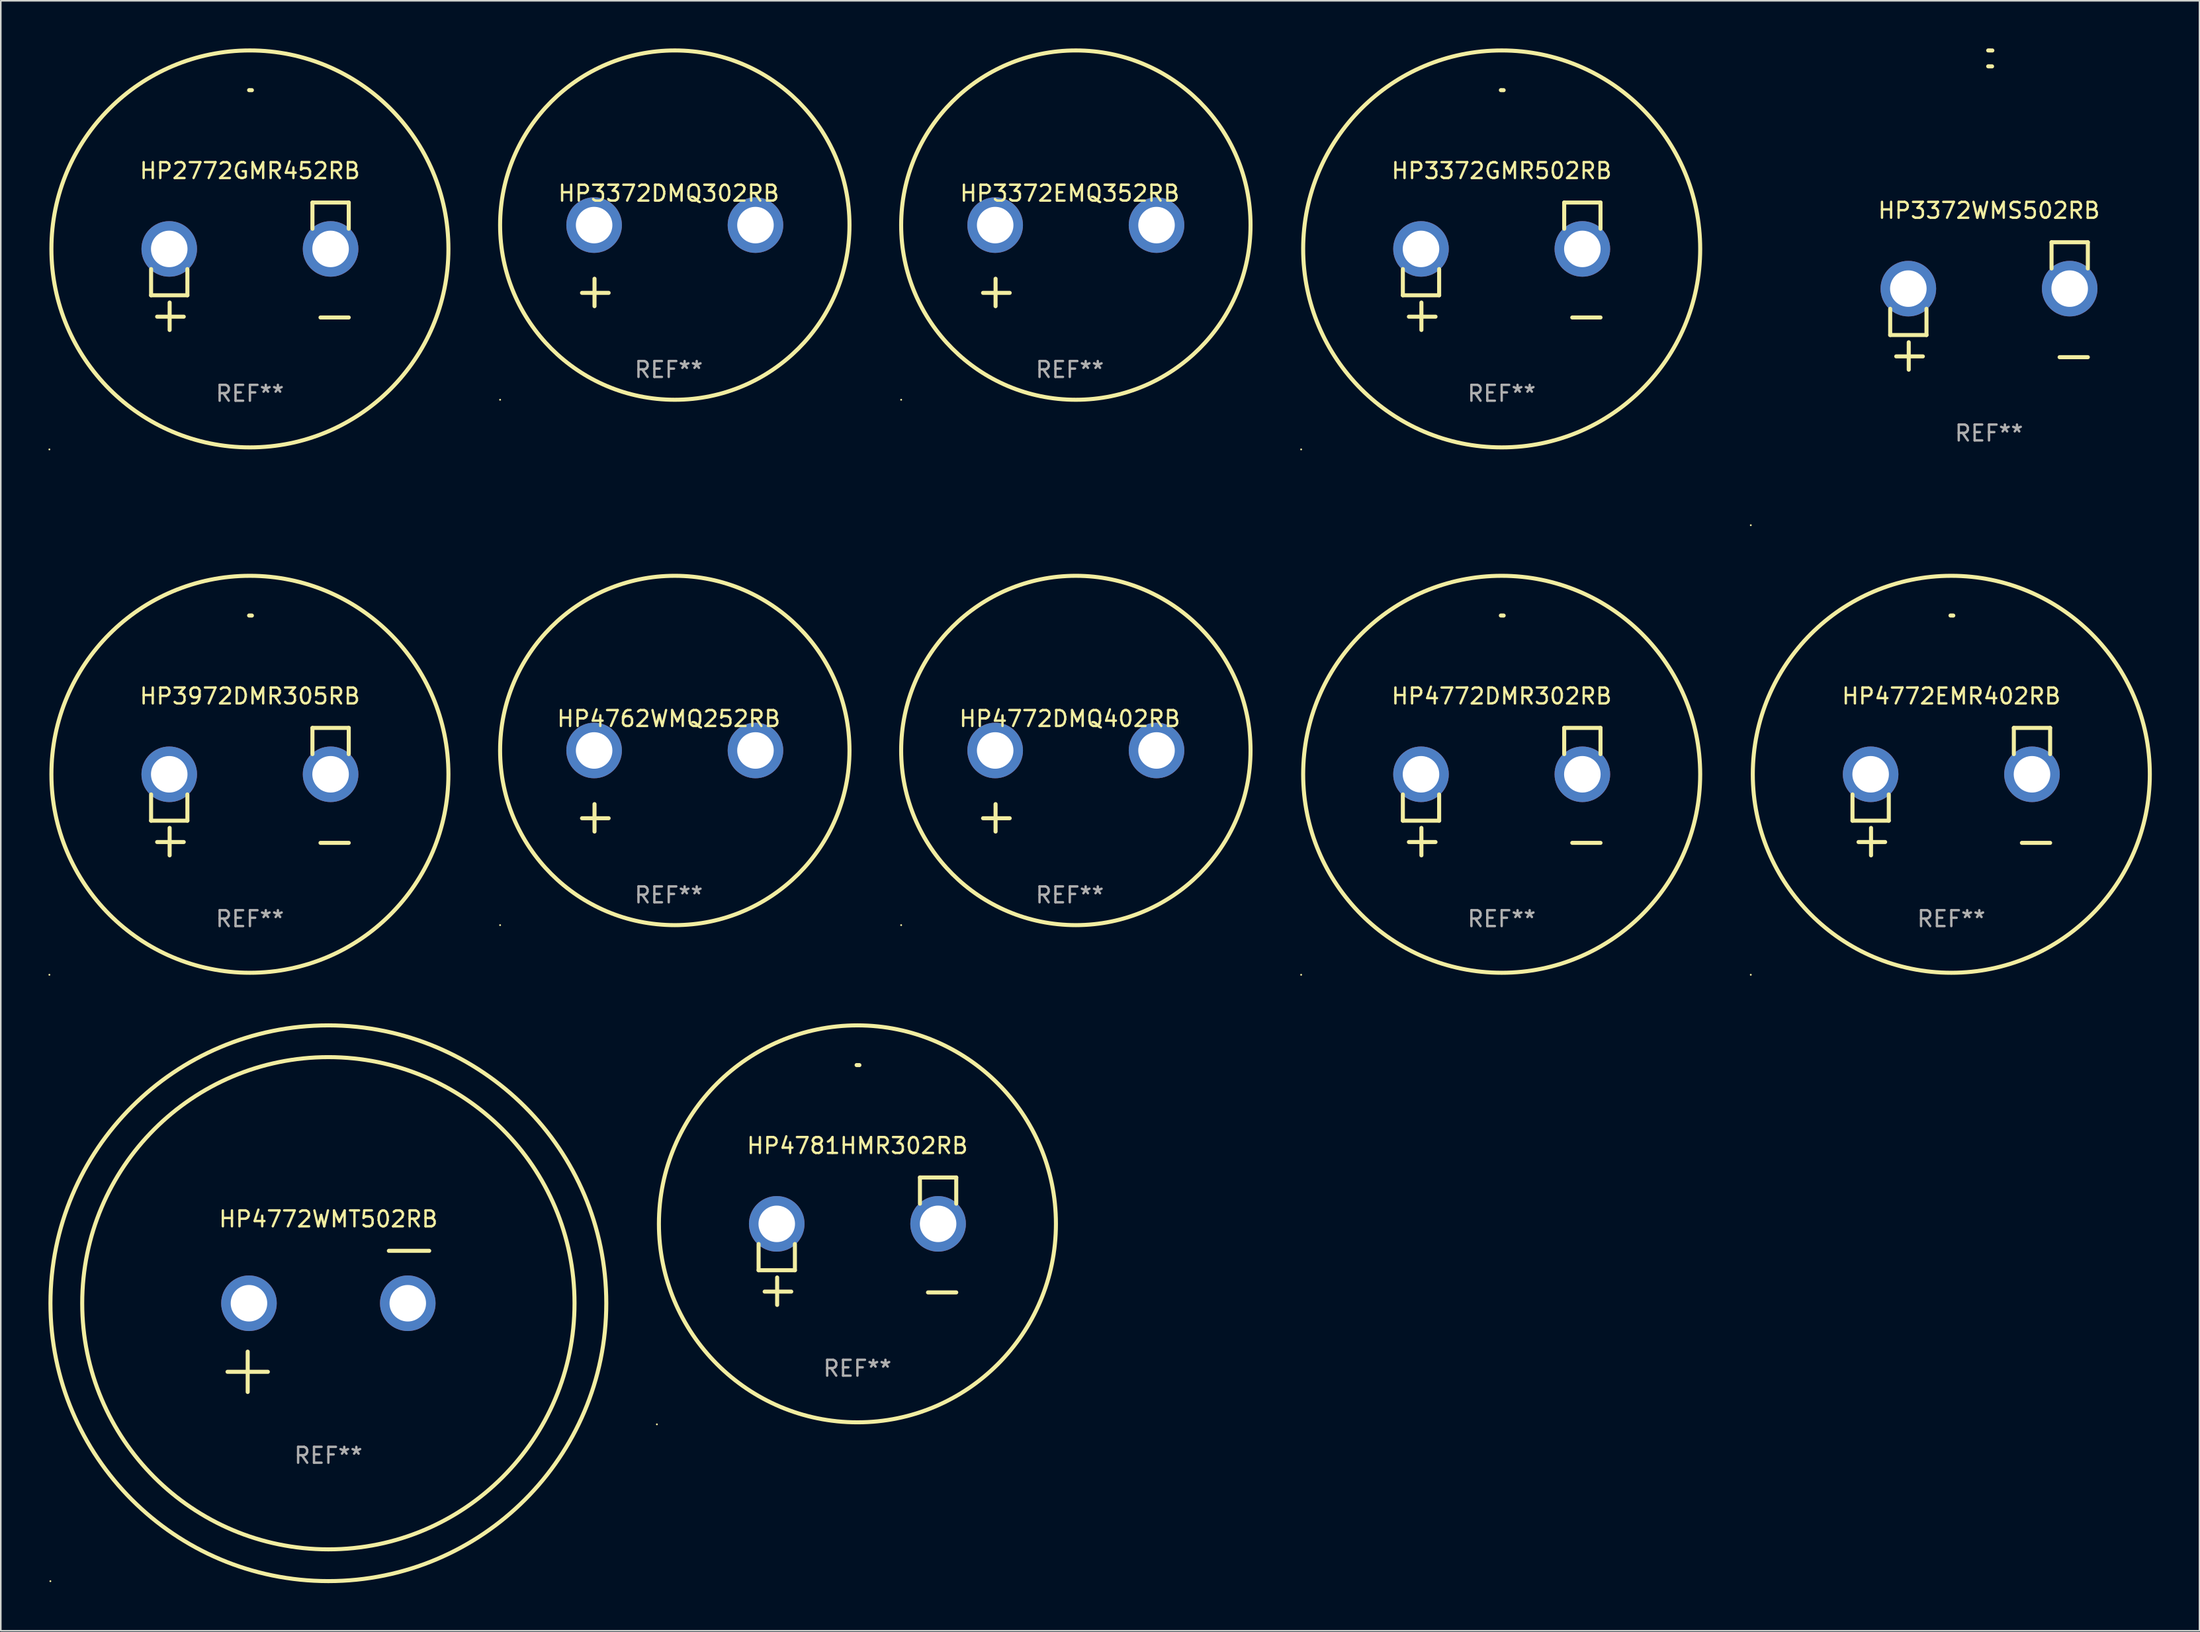
<source format=kicad_pcb>
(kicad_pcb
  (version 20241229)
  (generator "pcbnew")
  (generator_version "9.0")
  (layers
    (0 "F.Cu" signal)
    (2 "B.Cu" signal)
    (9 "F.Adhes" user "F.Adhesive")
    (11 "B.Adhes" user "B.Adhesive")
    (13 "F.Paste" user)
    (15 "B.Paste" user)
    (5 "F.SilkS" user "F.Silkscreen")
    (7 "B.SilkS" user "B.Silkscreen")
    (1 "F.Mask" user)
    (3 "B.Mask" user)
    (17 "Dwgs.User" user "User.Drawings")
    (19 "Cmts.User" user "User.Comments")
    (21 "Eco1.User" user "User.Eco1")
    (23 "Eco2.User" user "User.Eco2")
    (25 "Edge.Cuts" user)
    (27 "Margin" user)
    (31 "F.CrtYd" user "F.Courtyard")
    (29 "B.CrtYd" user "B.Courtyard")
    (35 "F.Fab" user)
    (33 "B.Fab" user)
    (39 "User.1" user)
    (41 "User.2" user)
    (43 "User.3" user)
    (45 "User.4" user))
  (footprint "HP4762WMQ252RB"
    (layer "F.Cu")
    (at 39.06 46.768)
    (property "Reference" "HP4762WMQ252RB" (at 0 -4.553 0) (layer "F.SilkS") (effects (font (size 1 1) (thickness 0.15))))
    (attr through_hole)
    (fp_line (start -4.674 2.553) (end -4.674 0.826) (stroke (width 0.254) (type solid)) (layer "F.SilkS"))
    (fp_line (start -3.785 1.715) (end -5.461 1.715) (stroke (width 0.254) (type solid)) (layer "F.SilkS"))
    (fp_circle (center -10.619 8.447) (end -10.589 8.447) (stroke (width 0.06) (type solid)) (fill no) (layer "F.SilkS"))
    (fp_circle (center 0.381 -2.553) (end 11.381 -2.553) (stroke (width 0.254) (type solid)) (fill no) (layer "F.SilkS"))
    (fp_text user "REF**" (at 0 6.553 0) (layer "F.Fab") (effects (font (size 1 1) (thickness 0.15))))
    (pad "1" thru_hole circle (at -4.699 -2.553) (size 3.5 3.5) (drill 2.3) (layers "*.Cu" "*.Mask"))
    (pad "2" thru_hole circle (at 5.461 -2.553) (size 3.5 3.5) (drill 2.3) (layers "*.Cu" "*.Mask")))
  (footprint "HP3372EMQ352RB"
    (layer "F.Cu")
    (at 64.314 13.68)
    (property "Reference" "HP3372EMQ352RB" (at 0 -4.553 0) (layer "F.SilkS") (effects (font (size 1 1) (thickness 0.15))))
    (attr through_hole)
    (fp_line (start -4.674 2.553) (end -4.674 0.826) (stroke (width 0.254) (type solid)) (layer "F.SilkS"))
    (fp_line (start -3.785 1.715) (end -5.461 1.715) (stroke (width 0.254) (type solid)) (layer "F.SilkS"))
    (fp_circle (center -10.619 8.447) (end -10.589 8.447) (stroke (width 0.06) (type solid)) (fill no) (layer "F.SilkS"))
    (fp_circle (center 0.381 -2.553) (end 11.381 -2.553) (stroke (width 0.254) (type solid)) (fill no) (layer "F.SilkS"))
    (fp_text user "REF**" (at 0 6.553 0) (layer "F.Fab") (effects (font (size 1 1) (thickness 0.15))))
    (pad "1" thru_hole circle (at -4.699 -2.553) (size 3.5 3.5) (drill 2.3) (layers "*.Cu" "*.Mask"))
    (pad "2" thru_hole circle (at 5.461 -2.553) (size 3.5 3.5) (drill 2.3) (layers "*.Cu" "*.Mask")))
  (footprint "HP4772DMQ402RB"
    (layer "F.Cu")
    (at 64.314 46.768)
    (property "Reference" "HP4772DMQ402RB" (at 0 -4.553 0) (layer "F.SilkS") (effects (font (size 1 1) (thickness 0.15))))
    (attr through_hole)
    (fp_line (start -4.674 2.553) (end -4.674 0.826) (stroke (width 0.254) (type solid)) (layer "F.SilkS"))
    (fp_line (start -3.785 1.715) (end -5.461 1.715) (stroke (width 0.254) (type solid)) (layer "F.SilkS"))
    (fp_circle (center -10.619 8.447) (end -10.589 8.447) (stroke (width 0.06) (type solid)) (fill no) (layer "F.SilkS"))
    (fp_circle (center 0.381 -2.553) (end 11.381 -2.553) (stroke (width 0.254) (type solid)) (fill no) (layer "F.SilkS"))
    (fp_text user "REF**" (at 0 6.553 0) (layer "F.Fab") (effects (font (size 1 1) (thickness 0.15))))
    (pad "1" thru_hole circle (at -4.699 -2.553) (size 3.5 3.5) (drill 2.3) (layers "*.Cu" "*.Mask"))
    (pad "2" thru_hole circle (at 5.461 -2.553) (size 3.5 3.5) (drill 2.3) (layers "*.Cu" "*.Mask")))
  (footprint "HP4772WMT502RB"
    (layer "F.Cu")
    (at 17.627 80.172)
    (property "Reference" "HP4772WMT502RB" (at 0 -6.445 0) (layer "F.SilkS") (effects (font (size 1 1) (thickness 0.15))))
    (attr through_hole)
    (fp_line (start -6.35 3.175) (end -3.81 3.175) (stroke (width 0.254) (type solid)) (layer "F.SilkS"))
    (fp_line (start -5.08 1.905) (end -5.08 4.445) (stroke (width 0.254) (type solid)) (layer "F.SilkS"))
    (fp_line (start 3.81 -4.445) (end 6.35 -4.445) (stroke (width 0.254) (type solid)) (layer "F.SilkS"))
    (fp_circle (center -17.505 16.362) (end -17.475 16.362) (stroke (width 0.06) (type solid)) (fill no) (layer "F.SilkS"))
    (fp_circle (center 0 -1.143) (end 15.5 -1.143) (stroke (width 0.254) (type solid)) (fill no) (layer "F.SilkS"))
    (fp_circle (center 0 -1.143) (end 17.5 -1.143) (stroke (width 0.254) (type solid)) (fill no) (layer "F.SilkS"))
    (fp_text user "REF**" (at 0 8.445 0) (layer "F.Fab") (effects (font (size 1 1) (thickness 0.15))))
    (pad "1" thru_hole circle (at -5 -1.143) (size 3.5 3.5) (drill 2.3) (layers "*.Cu" "*.Mask"))
    (pad "2" thru_hole circle (at 5 -1.143) (size 3.5 3.5) (drill 2.3) (layers "*.Cu" "*.Mask")))
  (footprint "HP3372WMS502RB"
    (layer "F.Cu")
    (at 122.196 16.22)
    (property "Reference" "HP3372WMS502RB" (at 0 -6.013 0) (layer "F.SilkS") (effects (font (size 1 1) (thickness 0.15))))
    (attr through_hole)
    (fp_line (start -6.223 0.178) (end -6.223 1.829) (stroke (width 0.254) (type solid)) (layer "F.SilkS"))
    (fp_line (start -6.223 1.829) (end -3.937 1.829) (stroke (width 0.254) (type solid)) (layer "F.SilkS"))
    (fp_line (start -5.055 4.013) (end -5.055 2.286) (stroke (width 0.254) (type solid)) (layer "F.SilkS"))
    (fp_line (start -4.166 3.175) (end -5.842 3.175) (stroke (width 0.254) (type solid)) (layer "F.SilkS"))
    (fp_line (start -3.937 1.829) (end -3.937 0.178) (stroke (width 0.254) (type solid)) (layer "F.SilkS"))
    (fp_line (start 3.937 -4.013) (end 3.937 -2.362) (stroke (width 0.254) (type solid)) (layer "F.SilkS"))
    (fp_line (start 6.223 -4.013) (end 3.937 -4.013) (stroke (width 0.254) (type solid)) (layer "F.SilkS"))
    (fp_line (start 6.223 -2.362) (end 6.223 -4.013) (stroke (width 0.254) (type solid)) (layer "F.SilkS"))
    (fp_line (start 6.223 3.226) (end 4.445 3.226) (stroke (width 0.254) (type solid)) (layer "F.SilkS"))
    (fp_arc (start -0.0508 -16.093472) (mid 0.080016 -16.092762) (end 0.210821 -16.090932) (stroke (width 0.254001) (type solid)) (layer "F.SilkS"))
    (fp_arc (start -0.0508 -15.09271) (mid 0.071125 -15.091961) (end 0.19304 -15.09017) (stroke (width 0.254001) (type solid)) (layer "F.SilkS"))
    (fp_circle (center -15 13.808) (end -14.97 13.808) (stroke (width 0.06) (type solid)) (fill no) (layer "F.SilkS"))
    (fp_text user "REF**" (at 0 8.013 0) (layer "F.Fab") (effects (font (size 1 1) (thickness 0.15))))
    (pad "1" thru_hole circle (at -5.08 -1.092) (size 3.5 3.5) (drill 2.3) (layers "*.Cu" "*.Mask"))
    (pad "2" thru_hole circle (at 5.08 -1.092) (size 3.5 3.5) (drill 2.3) (layers "*.Cu" "*.Mask")))
  (footprint "HP4772EMR402RB"
    (layer "F.Cu")
    (at 119.822 46.807)
    (property "Reference" "HP4772EMR402RB" (at 0 -6.013 0) (layer "F.SilkS") (effects (font (size 1 1) (thickness 0.15))))
    (attr through_hole)
    (fp_line (start -6.223 0.178) (end -6.223 1.829) (stroke (width 0.254) (type solid)) (layer "F.SilkS"))
    (fp_line (start -6.223 1.829) (end -3.937 1.829) (stroke (width 0.254) (type solid)) (layer "F.SilkS"))
    (fp_line (start -5.055 4.013) (end -5.055 2.286) (stroke (width 0.254) (type solid)) (layer "F.SilkS"))
    (fp_line (start -4.166 3.175) (end -5.842 3.175) (stroke (width 0.254) (type solid)) (layer "F.SilkS"))
    (fp_line (start -3.937 1.829) (end -3.937 0.178) (stroke (width 0.254) (type solid)) (layer "F.SilkS"))
    (fp_line (start 3.937 -4.013) (end 3.937 -2.362) (stroke (width 0.254) (type solid)) (layer "F.SilkS"))
    (fp_line (start 6.223 -4.013) (end 3.937 -4.013) (stroke (width 0.254) (type solid)) (layer "F.SilkS"))
    (fp_line (start 6.223 -2.362) (end 6.223 -4.013) (stroke (width 0.254) (type solid)) (layer "F.SilkS"))
    (fp_line (start 6.223 3.226) (end 4.445 3.226) (stroke (width 0.254) (type solid)) (layer "F.SilkS"))
    (fp_arc (start -0.0508 -11.092202) (mid 0.036835 -11.091307) (end 0.12446 -11.089662) (stroke (width 0.254001) (type solid)) (layer "F.SilkS"))
    (fp_circle (center -12.627 11.535) (end -12.597 11.535) (stroke (width 0.06) (type solid)) (fill no) (layer "F.SilkS"))
    (fp_circle (center 0 -1.092) (end 12.5 -1.092) (stroke (width 0.254) (type solid)) (fill no) (layer "F.SilkS"))
    (fp_text user "REF**" (at 0 8.013 0) (layer "F.Fab") (effects (font (size 1 1) (thickness 0.15))))
    (pad "1" thru_hole circle (at -5.08 -1.092) (size 3.5 3.5) (drill 2.3) (layers "*.Cu" "*.Mask"))
    (pad "2" thru_hole circle (at 5.08 -1.092) (size 3.5 3.5) (drill 2.3) (layers "*.Cu" "*.Mask")))
  (footprint "HP4781HMR302RB"
    (layer "F.Cu")
    (at 50.941 75.121)
    (property "Reference" "HP4781HMR302RB" (at 0 -6.013 0) (layer "F.SilkS") (effects (font (size 1 1) (thickness 0.15))))
    (attr through_hole)
    (fp_line (start -6.223 0.178) (end -6.223 1.829) (stroke (width 0.254) (type solid)) (layer "F.SilkS"))
    (fp_line (start -6.223 1.829) (end -3.937 1.829) (stroke (width 0.254) (type solid)) (layer "F.SilkS"))
    (fp_line (start -5.055 4.013) (end -5.055 2.286) (stroke (width 0.254) (type solid)) (layer "F.SilkS"))
    (fp_line (start -4.166 3.175) (end -5.842 3.175) (stroke (width 0.254) (type solid)) (layer "F.SilkS"))
    (fp_line (start -3.937 1.829) (end -3.937 0.178) (stroke (width 0.254) (type solid)) (layer "F.SilkS"))
    (fp_line (start 3.937 -4.013) (end 3.937 -2.362) (stroke (width 0.254) (type solid)) (layer "F.SilkS"))
    (fp_line (start 6.223 -4.013) (end 3.937 -4.013) (stroke (width 0.254) (type solid)) (layer "F.SilkS"))
    (fp_line (start 6.223 -2.362) (end 6.223 -4.013) (stroke (width 0.254) (type solid)) (layer "F.SilkS"))
    (fp_line (start 6.223 3.226) (end 4.445 3.226) (stroke (width 0.254) (type solid)) (layer "F.SilkS"))
    (fp_arc (start -0.0508 -11.092202) (mid 0.036835 -11.091307) (end 0.12446 -11.089662) (stroke (width 0.254001) (type solid)) (layer "F.SilkS"))
    (fp_circle (center -12.627 11.535) (end -12.597 11.535) (stroke (width 0.06) (type solid)) (fill no) (layer "F.SilkS"))
    (fp_circle (center 0 -1.092) (end 12.5 -1.092) (stroke (width 0.254) (type solid)) (fill no) (layer "F.SilkS"))
    (fp_text user "REF**" (at 0 8.013 0) (layer "F.Fab") (effects (font (size 1 1) (thickness 0.15))))
    (pad "1" thru_hole circle (at -5.08 -1.092) (size 3.5 3.5) (drill 2.3) (layers "*.Cu" "*.Mask"))
    (pad "2" thru_hole circle (at 5.08 -1.092) (size 3.5 3.5) (drill 2.3) (layers "*.Cu" "*.Mask")))
  (footprint "HP4772DMR302RB"
    (layer "F.Cu")
    (at 91.509 46.807)
    (property "Reference" "HP4772DMR302RB" (at 0 -6.013 0) (layer "F.SilkS") (effects (font (size 1 1) (thickness 0.15))))
    (attr through_hole)
    (fp_line (start -6.223 0.178) (end -6.223 1.829) (stroke (width 0.254) (type solid)) (layer "F.SilkS"))
    (fp_line (start -6.223 1.829) (end -3.937 1.829) (stroke (width 0.254) (type solid)) (layer "F.SilkS"))
    (fp_line (start -5.055 4.013) (end -5.055 2.286) (stroke (width 0.254) (type solid)) (layer "F.SilkS"))
    (fp_line (start -4.166 3.175) (end -5.842 3.175) (stroke (width 0.254) (type solid)) (layer "F.SilkS"))
    (fp_line (start -3.937 1.829) (end -3.937 0.178) (stroke (width 0.254) (type solid)) (layer "F.SilkS"))
    (fp_line (start 3.937 -4.013) (end 3.937 -2.362) (stroke (width 0.254) (type solid)) (layer "F.SilkS"))
    (fp_line (start 6.223 -4.013) (end 3.937 -4.013) (stroke (width 0.254) (type solid)) (layer "F.SilkS"))
    (fp_line (start 6.223 -2.362) (end 6.223 -4.013) (stroke (width 0.254) (type solid)) (layer "F.SilkS"))
    (fp_line (start 6.223 3.226) (end 4.445 3.226) (stroke (width 0.254) (type solid)) (layer "F.SilkS"))
    (fp_arc (start -0.0508 -11.092202) (mid 0.036835 -11.091307) (end 0.12446 -11.089662) (stroke (width 0.254001) (type solid)) (layer "F.SilkS"))
    (fp_circle (center -12.627 11.535) (end -12.597 11.535) (stroke (width 0.06) (type solid)) (fill no) (layer "F.SilkS"))
    (fp_circle (center 0 -1.092) (end 12.5 -1.092) (stroke (width 0.254) (type solid)) (fill no) (layer "F.SilkS"))
    (fp_text user "REF**" (at 0 8.013 0) (layer "F.Fab") (effects (font (size 1 1) (thickness 0.15))))
    (pad "1" thru_hole circle (at -5.08 -1.092) (size 3.5 3.5) (drill 2.3) (layers "*.Cu" "*.Mask"))
    (pad "2" thru_hole circle (at 5.08 -1.092) (size 3.5 3.5) (drill 2.3) (layers "*.Cu" "*.Mask")))
  (footprint "HP3372GMR502RB"
    (layer "F.Cu")
    (at 91.509 13.719)
    (property "Reference" "HP3372GMR502RB" (at 0 -6.013 0) (layer "F.SilkS") (effects (font (size 1 1) (thickness 0.15))))
    (attr through_hole)
    (fp_line (start -6.223 0.178) (end -6.223 1.829) (stroke (width 0.254) (type solid)) (layer "F.SilkS"))
    (fp_line (start -6.223 1.829) (end -3.937 1.829) (stroke (width 0.254) (type solid)) (layer "F.SilkS"))
    (fp_line (start -5.055 4.013) (end -5.055 2.286) (stroke (width 0.254) (type solid)) (layer "F.SilkS"))
    (fp_line (start -4.166 3.175) (end -5.842 3.175) (stroke (width 0.254) (type solid)) (layer "F.SilkS"))
    (fp_line (start -3.937 1.829) (end -3.937 0.178) (stroke (width 0.254) (type solid)) (layer "F.SilkS"))
    (fp_line (start 3.937 -4.013) (end 3.937 -2.362) (stroke (width 0.254) (type solid)) (layer "F.SilkS"))
    (fp_line (start 6.223 -4.013) (end 3.937 -4.013) (stroke (width 0.254) (type solid)) (layer "F.SilkS"))
    (fp_line (start 6.223 -2.362) (end 6.223 -4.013) (stroke (width 0.254) (type solid)) (layer "F.SilkS"))
    (fp_line (start 6.223 3.226) (end 4.445 3.226) (stroke (width 0.254) (type solid)) (layer "F.SilkS"))
    (fp_arc (start -0.0508 -11.092202) (mid 0.036835 -11.091307) (end 0.12446 -11.089662) (stroke (width 0.254001) (type solid)) (layer "F.SilkS"))
    (fp_circle (center -12.627 11.535) (end -12.597 11.535) (stroke (width 0.06) (type solid)) (fill no) (layer "F.SilkS"))
    (fp_circle (center 0 -1.092) (end 12.5 -1.092) (stroke (width 0.254) (type solid)) (fill no) (layer "F.SilkS"))
    (fp_text user "REF**" (at 0 8.013 0) (layer "F.Fab") (effects (font (size 1 1) (thickness 0.15))))
    (pad "1" thru_hole circle (at -5.08 -1.092) (size 3.5 3.5) (drill 2.3) (layers "*.Cu" "*.Mask"))
    (pad "2" thru_hole circle (at 5.08 -1.092) (size 3.5 3.5) (drill 2.3) (layers "*.Cu" "*.Mask")))
  (footprint "HP3972DMR305RB"
    (layer "F.Cu")
    (at 12.687 46.807)
    (property "Reference" "HP3972DMR305RB" (at 0 -6.013 0) (layer "F.SilkS") (effects (font (size 1 1) (thickness 0.15))))
    (attr through_hole)
    (fp_line (start -6.223 0.178) (end -6.223 1.829) (stroke (width 0.254) (type solid)) (layer "F.SilkS"))
    (fp_line (start -6.223 1.829) (end -3.937 1.829) (stroke (width 0.254) (type solid)) (layer "F.SilkS"))
    (fp_line (start -5.055 4.013) (end -5.055 2.286) (stroke (width 0.254) (type solid)) (layer "F.SilkS"))
    (fp_line (start -4.166 3.175) (end -5.842 3.175) (stroke (width 0.254) (type solid)) (layer "F.SilkS"))
    (fp_line (start -3.937 1.829) (end -3.937 0.178) (stroke (width 0.254) (type solid)) (layer "F.SilkS"))
    (fp_line (start 3.937 -4.013) (end 3.937 -2.362) (stroke (width 0.254) (type solid)) (layer "F.SilkS"))
    (fp_line (start 6.223 -4.013) (end 3.937 -4.013) (stroke (width 0.254) (type solid)) (layer "F.SilkS"))
    (fp_line (start 6.223 -2.362) (end 6.223 -4.013) (stroke (width 0.254) (type solid)) (layer "F.SilkS"))
    (fp_line (start 6.223 3.226) (end 4.445 3.226) (stroke (width 0.254) (type solid)) (layer "F.SilkS"))
    (fp_arc (start -0.0508 -11.092202) (mid 0.036835 -11.091307) (end 0.12446 -11.089662) (stroke (width 0.254001) (type solid)) (layer "F.SilkS"))
    (fp_circle (center -12.627 11.535) (end -12.597 11.535) (stroke (width 0.06) (type solid)) (fill no) (layer "F.SilkS"))
    (fp_circle (center 0 -1.092) (end 12.5 -1.092) (stroke (width 0.254) (type solid)) (fill no) (layer "F.SilkS"))
    (fp_text user "REF**" (at 0 8.013 0) (layer "F.Fab") (effects (font (size 1 1) (thickness 0.15))))
    (pad "1" thru_hole circle (at -5.08 -1.092) (size 3.5 3.5) (drill 2.3) (layers "*.Cu" "*.Mask"))
    (pad "2" thru_hole circle (at 5.08 -1.092) (size 3.5 3.5) (drill 2.3) (layers "*.Cu" "*.Mask")))
  (footprint "HP3372DMQ302RB"
    (layer "F.Cu")
    (at 39.06 13.68)
    (property "Reference" "HP3372DMQ302RB" (at 0 -4.553 0) (layer "F.SilkS") (effects (font (size 1 1) (thickness 0.15))))
    (attr through_hole)
    (fp_line (start -4.674 2.553) (end -4.674 0.826) (stroke (width 0.254) (type solid)) (layer "F.SilkS"))
    (fp_line (start -3.785 1.715) (end -5.461 1.715) (stroke (width 0.254) (type solid)) (layer "F.SilkS"))
    (fp_circle (center -10.619 8.447) (end -10.589 8.447) (stroke (width 0.06) (type solid)) (fill no) (layer "F.SilkS"))
    (fp_circle (center 0.381 -2.553) (end 11.381 -2.553) (stroke (width 0.254) (type solid)) (fill no) (layer "F.SilkS"))
    (fp_text user "REF**" (at 0 6.553 0) (layer "F.Fab") (effects (font (size 1 1) (thickness 0.15))))
    (pad "1" thru_hole circle (at -4.699 -2.553) (size 3.5 3.5) (drill 2.3) (layers "*.Cu" "*.Mask"))
    (pad "2" thru_hole circle (at 5.461 -2.553) (size 3.5 3.5) (drill 2.3) (layers "*.Cu" "*.Mask")))
  (footprint "HP2772GMR452RB"
    (layer "F.Cu")
    (at 12.687 13.719)
    (property "Reference" "HP2772GMR452RB" (at 0 -6.013 0) (layer "F.SilkS") (effects (font (size 1 1) (thickness 0.15))))
    (attr through_hole)
    (fp_line (start -6.223 0.178) (end -6.223 1.829) (stroke (width 0.254) (type solid)) (layer "F.SilkS"))
    (fp_line (start -6.223 1.829) (end -3.937 1.829) (stroke (width 0.254) (type solid)) (layer "F.SilkS"))
    (fp_line (start -5.055 4.013) (end -5.055 2.286) (stroke (width 0.254) (type solid)) (layer "F.SilkS"))
    (fp_line (start -4.166 3.175) (end -5.842 3.175) (stroke (width 0.254) (type solid)) (layer "F.SilkS"))
    (fp_line (start -3.937 1.829) (end -3.937 0.178) (stroke (width 0.254) (type solid)) (layer "F.SilkS"))
    (fp_line (start 3.937 -4.013) (end 3.937 -2.362) (stroke (width 0.254) (type solid)) (layer "F.SilkS"))
    (fp_line (start 6.223 -4.013) (end 3.937 -4.013) (stroke (width 0.254) (type solid)) (layer "F.SilkS"))
    (fp_line (start 6.223 -2.362) (end 6.223 -4.013) (stroke (width 0.254) (type solid)) (layer "F.SilkS"))
    (fp_line (start 6.223 3.226) (end 4.445 3.226) (stroke (width 0.254) (type solid)) (layer "F.SilkS"))
    (fp_arc (start -0.0508 -11.092202) (mid 0.036835 -11.091307) (end 0.12446 -11.089662) (stroke (width 0.254001) (type solid)) (layer "F.SilkS"))
    (fp_circle (center -12.627 11.535) (end -12.597 11.535) (stroke (width 0.06) (type solid)) (fill no) (layer "F.SilkS"))
    (fp_circle (center 0 -1.092) (end 12.5 -1.092) (stroke (width 0.254) (type solid)) (fill no) (layer "F.SilkS"))
    (fp_text user "REF**" (at 0 8.013 0) (layer "F.Fab") (effects (font (size 1 1) (thickness 0.15))))
    (pad "1" thru_hole circle (at -5.08 -1.092) (size 3.5 3.5) (drill 2.3) (layers "*.Cu" "*.Mask"))
    (pad "2" thru_hole circle (at 5.08 -1.092) (size 3.5 3.5) (drill 2.3) (layers "*.Cu" "*.Mask")))
  (gr_rect
    (start -3 -3)
    (end 135.449 99.656)
    (stroke (width 0.1) (type default))
    (fill no)
    (layer "Edge.Cuts")))
</source>
